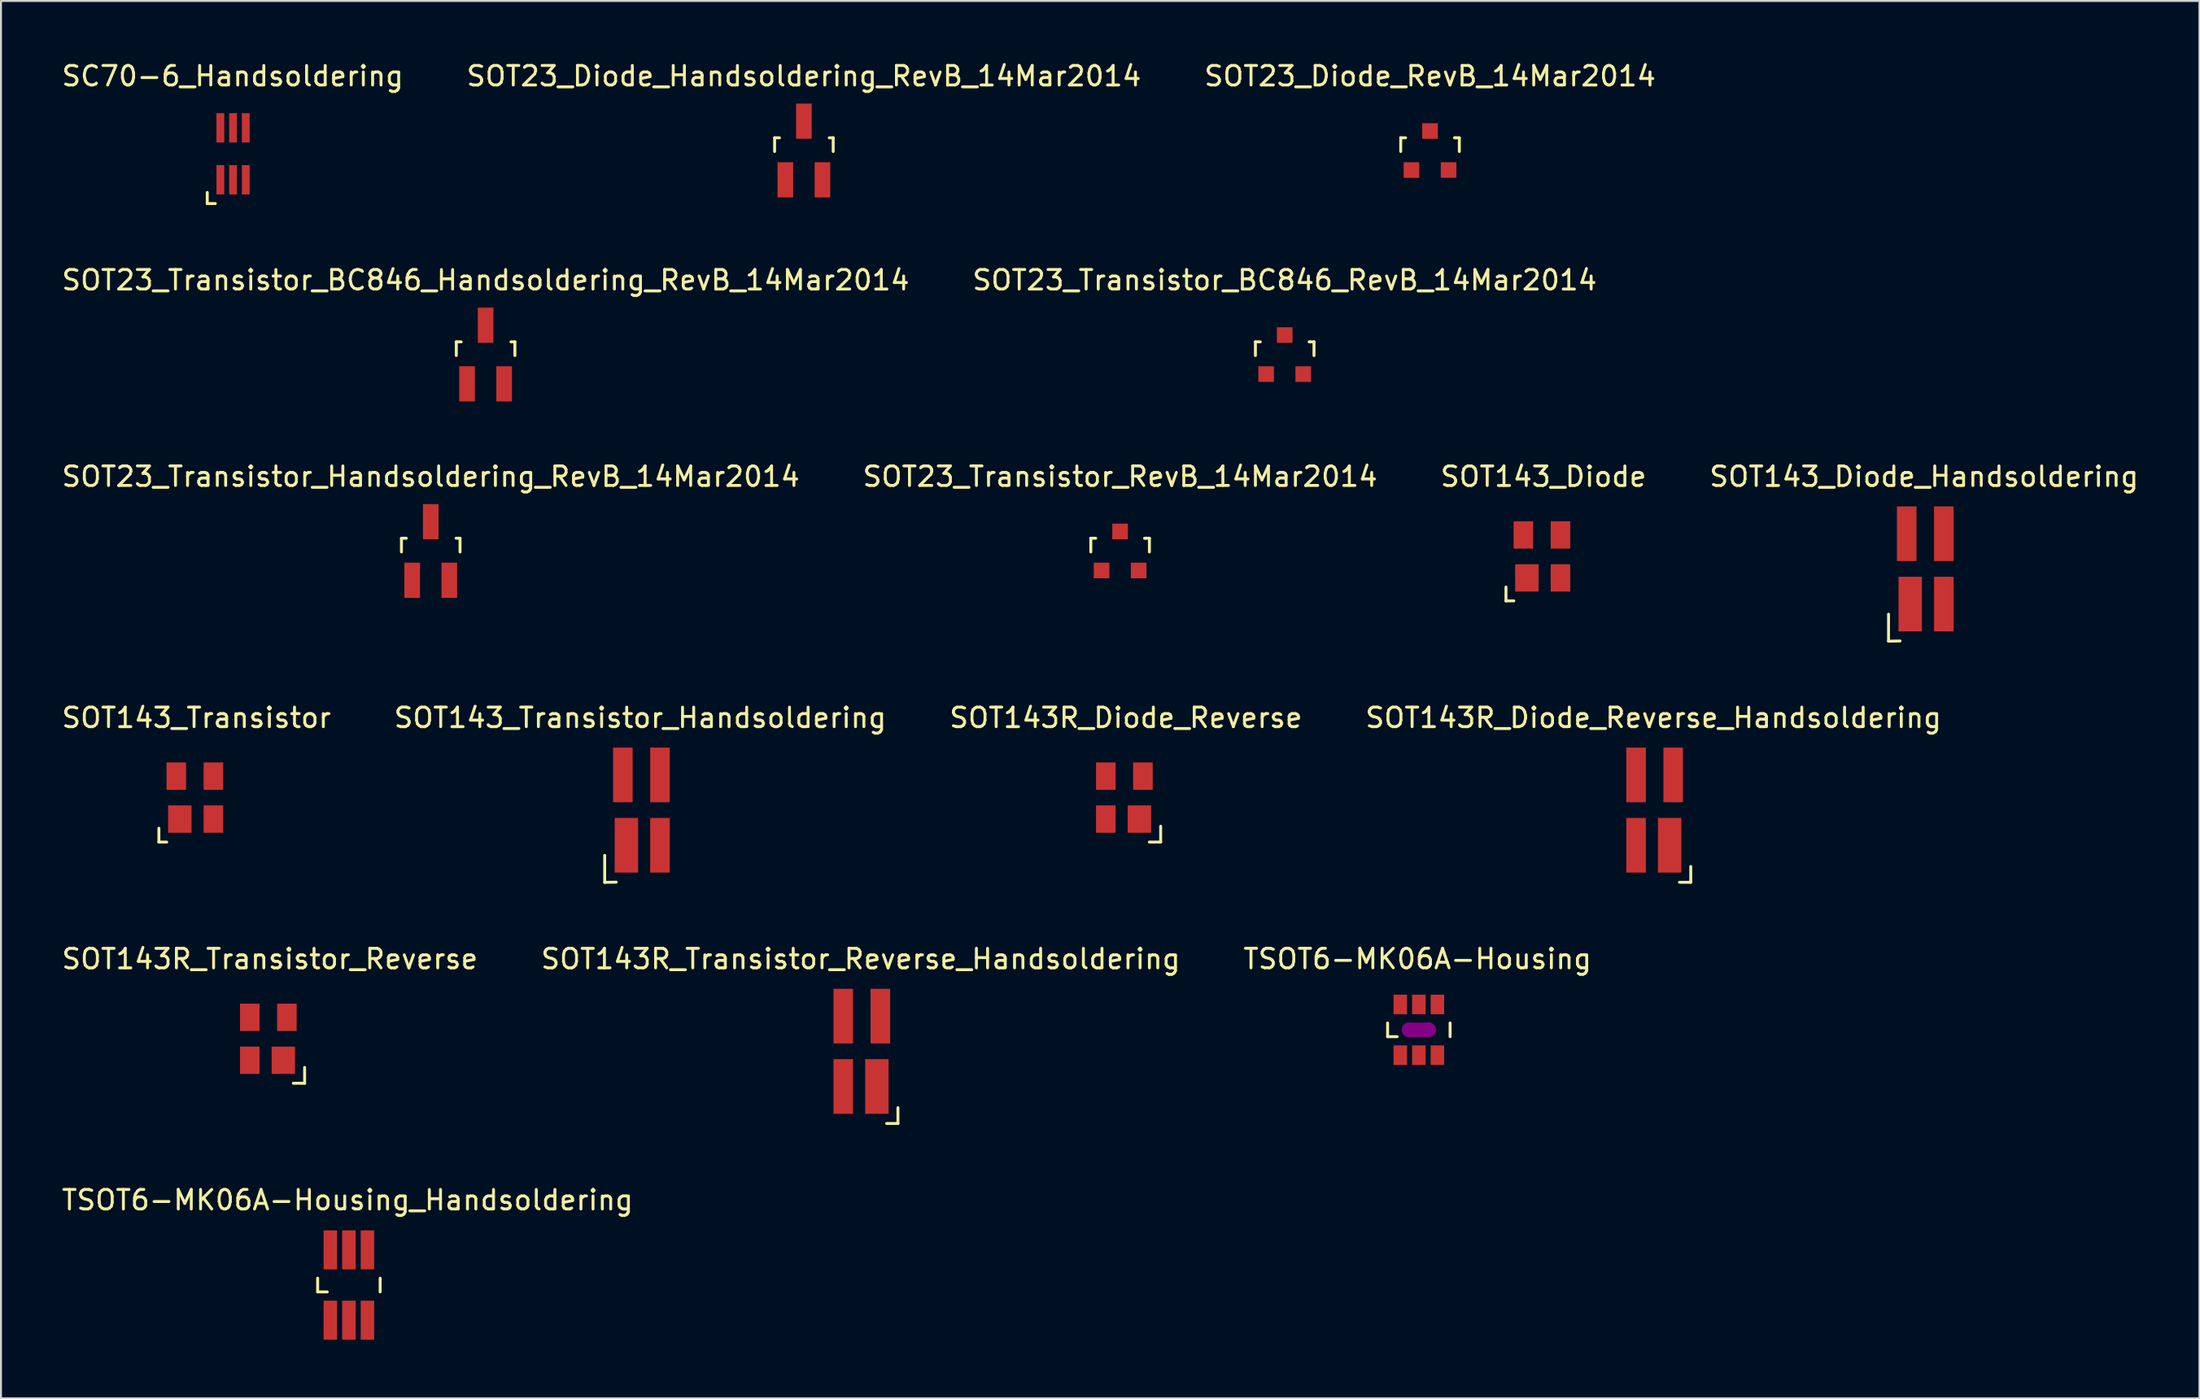
<source format=kicad_pcb>
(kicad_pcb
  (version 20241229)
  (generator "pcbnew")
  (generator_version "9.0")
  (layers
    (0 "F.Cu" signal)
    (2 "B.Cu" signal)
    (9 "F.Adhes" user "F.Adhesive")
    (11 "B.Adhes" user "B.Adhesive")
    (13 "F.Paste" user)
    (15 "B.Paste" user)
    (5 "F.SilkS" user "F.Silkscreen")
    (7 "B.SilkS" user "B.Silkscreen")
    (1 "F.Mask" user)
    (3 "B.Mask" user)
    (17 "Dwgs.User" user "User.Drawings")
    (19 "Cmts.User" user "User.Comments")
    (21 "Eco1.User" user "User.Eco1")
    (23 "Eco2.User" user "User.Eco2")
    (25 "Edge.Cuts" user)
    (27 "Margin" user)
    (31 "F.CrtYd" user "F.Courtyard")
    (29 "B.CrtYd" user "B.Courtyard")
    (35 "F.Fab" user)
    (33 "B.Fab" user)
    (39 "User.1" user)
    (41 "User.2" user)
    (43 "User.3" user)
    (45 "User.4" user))
  (footprint "SOT143_Diode_Handsoldering"
    (layer "F.Cu")
    (at 95.531 26.089)
    (property "Reference" "SOT143_Diode_Handsoldering" (at -0.061 -4.729 0) (layer "F.SilkS") (effects (font (size 1 1) (thickness 0.15))))
    (attr smd)
    (fp_line (start -1.88 2.319) (end -1.88 3.701) (stroke (width 0.15) (type solid)) (layer "F.SilkS"))
    (fp_line (start -1.88 3.701) (end -1.29 3.691) (stroke (width 0.15) (type solid)) (layer "F.SilkS"))
    (pad "1" smd rect (at -0.77 1.801) (size 1.199 2.799) (layers "F.Cu" "F.Mask" "F.Paste"))
    (pad "2" smd rect (at 0.95 1.801) (size 1.001 2.799) (layers "F.Cu" "F.Mask" "F.Paste"))
    (pad "3" smd rect (at 0.95 -1.801) (size 1.001 2.799) (layers "F.Cu" "F.Mask" "F.Paste"))
    (pad "4" smd trapezoid (at -0.95 -1.801) (size 1.001 2.799) (layers "F.Cu" "F.Mask" "F.Paste")))
  (footprint "SOT23_Transistor_RevB_14Mar2014"
    (layer "F.Cu")
    (at 54.304 25.169)
    (property "Reference" "SOT23_Transistor_RevB_14Mar2014" (at 0 -3.81 0) (layer "F.SilkS") (effects (font (size 1 1) (thickness 0.15))))
    (attr smd)
    (fp_line (start -1.5 -0.65) (end -1.251 -0.65) (stroke (width 0.15) (type solid)) (layer "F.SilkS"))
    (fp_line (start -1.5 0.051) (end -1.5 -0.65) (stroke (width 0.15) (type solid)) (layer "F.SilkS"))
    (fp_line (start 1.299 -0.65) (end 1.251 -0.65) (stroke (width 0.15) (type solid)) (layer "F.SilkS"))
    (fp_line (start 1.299 -0.65) (end 1.5 -0.65) (stroke (width 0.15) (type solid)) (layer "F.SilkS"))
    (fp_line (start 1.5 -0.65) (end 1.5 0.051) (stroke (width 0.15) (type solid)) (layer "F.SilkS"))
    (pad "1" smd rect (at -0.95 1.001) (size 0.8 0.8) (layers "F.Cu" "F.Mask" "F.Paste"))
    (pad "2" smd rect (at 0.95 1.001) (size 0.8 0.8) (layers "F.Cu" "F.Mask" "F.Paste"))
    (pad "3" smd rect (at 0 -0.998) (size 0.8 0.8) (layers "F.Cu" "F.Mask" "F.Paste")))
  (footprint "SOT143_Transistor"
    (layer "F.Cu")
    (at 6.927 37.802)
    (property "Reference" "SOT143_Transistor" (at 0.079 -4.089 0) (layer "F.SilkS") (effects (font (size 1 1) (thickness 0.15))))
    (attr smd)
    (fp_line (start -1.841 1.57) (end -1.841 2.278) (stroke (width 0.15) (type solid)) (layer "F.SilkS"))
    (fp_line (start -1.841 2.278) (end -1.44 2.278) (stroke (width 0.15) (type solid)) (layer "F.SilkS"))
    (pad "1" smd rect (at -0.77 1.1) (size 1.199 1.4) (layers "F.Cu" "F.Mask" "F.Paste"))
    (pad "2" smd rect (at 0.95 1.1) (size 1.001 1.4) (layers "F.Cu" "F.Mask" "F.Paste"))
    (pad "3" smd rect (at 0.95 -1.1) (size 1.001 1.4) (layers "F.Cu" "F.Mask" "F.Paste"))
    (pad "4" smd rect (at -0.95 -1.1) (size 1.001 1.4) (layers "F.Cu" "F.Mask" "F.Paste")))
  (footprint "SC70-6_Handsoldering"
    (layer "F.Cu")
    (at 8.883 4.828)
    (property "Reference" "SC70-6_Handsoldering" (at -0.02 -3.98 0) (layer "F.SilkS") (effects (font (size 1 1) (thickness 0.15))))
    (attr smd)
    (fp_line (start -1.321 1.979) (end -1.321 2.548) (stroke (width 0.15) (type solid)) (layer "F.SilkS"))
    (fp_line (start -1.321 2.548) (end -0.909 2.548) (stroke (width 0.15) (type solid)) (layer "F.SilkS"))
    (pad "1" smd rect (at -0.65 1.331) (size 0.399 1.501) (layers "F.Cu" "F.Mask" "F.Paste"))
    (pad "2" smd rect (at 0 1.331) (size 0.399 1.501) (layers "F.Cu" "F.Mask" "F.Paste"))
    (pad "3" smd rect (at 0.65 1.331) (size 0.399 1.501) (layers "F.Cu" "F.Mask" "F.Paste"))
    (pad "4" smd rect (at 0.65 -1.331) (size 0.399 1.501) (layers "F.Cu" "F.Mask" "F.Paste"))
    (pad "5" smd rect (at 0 -1.331) (size 0.399 1.501) (layers "F.Cu" "F.Mask" "F.Paste"))
    (pad "6" smd rect (at -0.65 -1.331) (size 0.399 1.501) (layers "F.Cu" "F.Mask" "F.Paste")))
  (footprint "SOT23_Transistor_BC846_RevB_14Mar2014"
    (layer "F.Cu")
    (at 62.732 15.109)
    (property "Reference" "SOT23_Transistor_BC846_RevB_14Mar2014" (at 0 -3.81 0) (layer "F.SilkS") (effects (font (size 1 1) (thickness 0.15))))
    (attr smd)
    (fp_line (start -1.5 -0.65) (end -1.251 -0.65) (stroke (width 0.15) (type solid)) (layer "F.SilkS"))
    (fp_line (start -1.5 0.051) (end -1.5 -0.65) (stroke (width 0.15) (type solid)) (layer "F.SilkS"))
    (fp_line (start 1.299 -0.65) (end 1.251 -0.65) (stroke (width 0.15) (type solid)) (layer "F.SilkS"))
    (fp_line (start 1.299 -0.65) (end 1.5 -0.65) (stroke (width 0.15) (type solid)) (layer "F.SilkS"))
    (fp_line (start 1.5 -0.65) (end 1.5 0.051) (stroke (width 0.15) (type solid)) (layer "F.SilkS"))
    (pad "B" smd rect (at -0.95 1.001) (size 0.8 0.8) (layers "F.Cu" "F.Mask" "F.Paste"))
    (pad "C" smd rect (at 0 -0.998) (size 0.8 0.8) (layers "F.Cu" "F.Mask" "F.Paste"))
    (pad "E" smd rect (at 0.95 1.001) (size 0.8 0.8) (layers "F.Cu" "F.Mask" "F.Paste")))
  (footprint "SOT143_Transistor_Handsoldering"
    (layer "F.Cu")
    (at 29.793 38.442)
    (property "Reference" "SOT143_Transistor_Handsoldering" (at -0.061 -4.729 0) (layer "F.SilkS") (effects (font (size 1 1) (thickness 0.15))))
    (attr smd)
    (fp_line (start -1.88 2.319) (end -1.88 3.701) (stroke (width 0.15) (type solid)) (layer "F.SilkS"))
    (fp_line (start -1.88 3.701) (end -1.29 3.691) (stroke (width 0.15) (type solid)) (layer "F.SilkS"))
    (pad "1" smd rect (at -0.77 1.801) (size 1.199 2.799) (layers "F.Cu" "F.Mask" "F.Paste"))
    (pad "2" smd rect (at 0.95 1.801) (size 1.001 2.799) (layers "F.Cu" "F.Mask" "F.Paste"))
    (pad "3" smd rect (at 0.95 -1.801) (size 1.001 2.799) (layers "F.Cu" "F.Mask" "F.Paste"))
    (pad "4" smd trapezoid (at -0.95 -1.801) (size 1.001 2.799) (layers "F.Cu" "F.Mask" "F.Paste")))
  (footprint "TSOT6-MK06A-Housing"
    (layer "F.Cu")
    (at 69.601 49.696)
    (property "Reference" "TSOT6-MK06A-Housing" (at -0.071 -3.63 0) (layer "F.SilkS") (effects (font (size 1 1) (thickness 0.15))))
    (attr smd)
    (fp_line (start -1.6 -0.351) (end -1.6 0.351) (stroke (width 0.15) (type solid)) (layer "F.SilkS"))
    (fp_line (start -1.6 0.351) (end -1.11 0.351) (stroke (width 0.15) (type solid)) (layer "F.SilkS"))
    (fp_line (start 1.6 -0.351) (end 1.6 0.351) (stroke (width 0.15) (type solid)) (layer "F.SilkS"))
    (fp_line (start -0.5 0.18) (end 0.5 0.18) (stroke (width 0.381) (type solid)) (layer "F.Adhes"))
    (fp_line (start 0.5 -0.18) (end -0.5 -0.18) (stroke (width 0.381) (type solid)) (layer "F.Adhes"))
    (fp_circle (center -0.5 0) (end -0.691 0) (stroke (width 0.381) (type solid)) (fill no) (layer "F.Adhes"))
    (fp_circle (center 0.5 0) (end 0.691 0) (stroke (width 0.381) (type solid)) (fill no) (layer "F.Adhes"))
    (pad "1" smd rect (at -0.95 1.3) (size 0.691 1.001) (layers "F.Cu" "F.Mask" "F.Paste"))
    (pad "2" smd rect (at 0 1.3) (size 0.691 1.001) (layers "F.Cu" "F.Mask" "F.Paste"))
    (pad "3" smd rect (at 0.95 1.3) (size 0.691 1.001) (layers "F.Cu" "F.Mask" "F.Paste"))
    (pad "4" smd rect (at 0.95 -1.3) (size 0.691 1.001) (layers "F.Cu" "F.Mask" "F.Paste"))
    (pad "5" smd rect (at 0 -1.3) (size 0.691 1.001) (layers "F.Cu" "F.Mask" "F.Paste"))
    (pad "6" smd rect (at -0.95 -1.3) (size 0.691 1.001) (layers "F.Cu" "F.Mask" "F.Paste")))
  (footprint "SOT143R_Transistor_Reverse"
    (layer "F.Cu")
    (at 10.689 50.156)
    (property "Reference" "SOT143R_Transistor_Reverse" (at 0.079 -4.089 0) (layer "F.SilkS") (effects (font (size 1 1) (thickness 0.15))))
    (attr smd)
    (fp_line (start 1.859 1.468) (end 1.859 2.278) (stroke (width 0.15) (type solid)) (layer "F.SilkS"))
    (fp_line (start 1.859 2.278) (end 1.28 2.278) (stroke (width 0.15) (type solid)) (layer "F.SilkS"))
    (pad "1" smd rect (at 0.77 1.1) (size 1.199 1.4) (layers "F.Cu" "F.Mask" "F.Paste"))
    (pad "2" smd rect (at -0.95 1.1) (size 1.001 1.4) (layers "F.Cu" "F.Mask" "F.Paste"))
    (pad "3" smd rect (at -0.95 -1.1) (size 1.001 1.4) (layers "F.Cu" "F.Mask" "F.Paste"))
    (pad "4" smd rect (at 0.95 -1.1) (size 1.001 1.4) (layers "F.Cu" "F.Mask" "F.Paste")))
  (footprint "SOT143R_Diode_Reverse_Handsoldering"
    (layer "F.Cu")
    (at 81.674 38.442)
    (property "Reference" "SOT143R_Diode_Reverse_Handsoldering" (at -0.061 -4.729 0) (layer "F.SilkS") (effects (font (size 1 1) (thickness 0.15))))
    (attr smd)
    (fp_line (start 1.849 2.888) (end 1.849 3.698) (stroke (width 0.15) (type solid)) (layer "F.SilkS"))
    (fp_line (start 1.849 3.698) (end 1.27 3.698) (stroke (width 0.15) (type solid)) (layer "F.SilkS"))
    (pad "1" smd rect (at 0.77 1.801) (size 1.199 2.799) (layers "F.Cu" "F.Mask" "F.Paste"))
    (pad "2" smd rect (at -0.95 1.801) (size 1.001 2.799) (layers "F.Cu" "F.Mask" "F.Paste"))
    (pad "3" smd trapezoid (at -0.95 -1.801) (size 1.001 2.799) (layers "F.Cu" "F.Mask" "F.Paste"))
    (pad "4" smd rect (at 0.95 -1.801) (size 1.001 2.799) (layers "F.Cu" "F.Mask" "F.Paste")))
  (footprint "SOT23_Diode_RevB_14Mar2014"
    (layer "F.Cu")
    (at 70.173 4.658)
    (property "Reference" "SOT23_Diode_RevB_14Mar2014" (at 0 -3.81 0) (layer "F.SilkS") (effects (font (size 1 1) (thickness 0.15))))
    (attr smd)
    (fp_line (start -1.5 -0.65) (end -1.251 -0.65) (stroke (width 0.15) (type solid)) (layer "F.SilkS"))
    (fp_line (start -1.5 0.051) (end -1.5 -0.65) (stroke (width 0.15) (type solid)) (layer "F.SilkS"))
    (fp_line (start 1.299 -0.65) (end 1.251 -0.65) (stroke (width 0.15) (type solid)) (layer "F.SilkS"))
    (fp_line (start 1.299 -0.65) (end 1.5 -0.65) (stroke (width 0.15) (type solid)) (layer "F.SilkS"))
    (fp_line (start 1.5 -0.65) (end 1.5 0.051) (stroke (width 0.15) (type solid)) (layer "F.SilkS"))
    (pad "1" smd rect (at -0.95 1.001) (size 0.8 0.8) (layers "F.Cu" "F.Mask" "F.Paste"))
    (pad "2" smd rect (at 0.95 1.001) (size 0.8 0.8) (layers "F.Cu" "F.Mask" "F.Paste"))
    (pad "3" smd rect (at 0 -0.998) (size 0.8 0.8) (layers "F.Cu" "F.Mask" "F.Paste")))
  (footprint "SOT143R_Diode_Reverse"
    (layer "F.Cu")
    (at 54.522 37.802)
    (property "Reference" "SOT143R_Diode_Reverse" (at 0.079 -4.089 0) (layer "F.SilkS") (effects (font (size 1 1) (thickness 0.15))))
    (attr smd)
    (fp_line (start 1.859 1.468) (end 1.859 2.278) (stroke (width 0.15) (type solid)) (layer "F.SilkS"))
    (fp_line (start 1.859 2.278) (end 1.28 2.278) (stroke (width 0.15) (type solid)) (layer "F.SilkS"))
    (pad "1" smd rect (at 0.77 1.1) (size 1.199 1.4) (layers "F.Cu" "F.Mask" "F.Paste"))
    (pad "2" smd rect (at -0.95 1.1) (size 1.001 1.4) (layers "F.Cu" "F.Mask" "F.Paste"))
    (pad "3" smd rect (at -0.95 -1.1) (size 1.001 1.4) (layers "F.Cu" "F.Mask" "F.Paste"))
    (pad "4" smd rect (at 0.95 -1.1) (size 1.001 1.4) (layers "F.Cu" "F.Mask" "F.Paste")))
  (footprint "SOT23_Transistor_Handsoldering_RevB_14Mar2014"
    (layer "F.Cu")
    (at 19.006 25.169)
    (property "Reference" "SOT23_Transistor_Handsoldering_RevB_14Mar2014" (at 0 -3.81 0) (layer "F.SilkS") (effects (font (size 1 1) (thickness 0.15))))
    (attr smd)
    (fp_line (start -1.5 -0.65) (end -1.251 -0.65) (stroke (width 0.15) (type solid)) (layer "F.SilkS"))
    (fp_line (start -1.5 0.051) (end -1.5 -0.65) (stroke (width 0.15) (type solid)) (layer "F.SilkS"))
    (fp_line (start 1.299 -0.65) (end 1.5 -0.65) (stroke (width 0.15) (type solid)) (layer "F.SilkS"))
    (fp_line (start 1.5 -0.65) (end 1.5 0.051) (stroke (width 0.15) (type solid)) (layer "F.SilkS"))
    (pad "1" smd rect (at -0.95 1.501) (size 0.8 1.801) (layers "F.Cu" "F.Mask" "F.Paste"))
    (pad "2" smd rect (at 0.95 1.501) (size 0.8 1.801) (layers "F.Cu" "F.Mask" "F.Paste"))
    (pad "3" smd rect (at 0 -1.501) (size 0.8 1.801) (layers "F.Cu" "F.Mask" "F.Paste")))
  (footprint "SOT23_Diode_Handsoldering_RevB_14Mar2014"
    (layer "F.Cu")
    (at 38.113 4.658)
    (property "Reference" "SOT23_Diode_Handsoldering_RevB_14Mar2014" (at 0 -3.81 0) (layer "F.SilkS") (effects (font (size 1 1) (thickness 0.15))))
    (attr smd)
    (fp_line (start -1.5 -0.65) (end -1.251 -0.65) (stroke (width 0.15) (type solid)) (layer "F.SilkS"))
    (fp_line (start -1.5 0.051) (end -1.5 -0.65) (stroke (width 0.15) (type solid)) (layer "F.SilkS"))
    (fp_line (start 1.299 -0.65) (end 1.5 -0.65) (stroke (width 0.15) (type solid)) (layer "F.SilkS"))
    (fp_line (start 1.5 -0.65) (end 1.5 0.051) (stroke (width 0.15) (type solid)) (layer "F.SilkS"))
    (pad "1" smd rect (at -0.95 1.501) (size 0.8 1.801) (layers "F.Cu" "F.Mask" "F.Paste"))
    (pad "2" smd rect (at 0.95 1.501) (size 0.8 1.801) (layers "F.Cu" "F.Mask" "F.Paste"))
    (pad "3" smd rect (at 0 -1.501) (size 0.8 1.801) (layers "F.Cu" "F.Mask" "F.Paste")))
  (footprint "SOT143_Diode"
    (layer "F.Cu")
    (at 75.903 25.449)
    (property "Reference" "SOT143_Diode" (at 0.079 -4.089 0) (layer "F.SilkS") (effects (font (size 1 1) (thickness 0.15))))
    (attr smd)
    (fp_line (start -1.841 1.57) (end -1.841 2.278) (stroke (width 0.15) (type solid)) (layer "F.SilkS"))
    (fp_line (start -1.841 2.278) (end -1.44 2.278) (stroke (width 0.15) (type solid)) (layer "F.SilkS"))
    (pad "1" smd rect (at -0.77 1.1) (size 1.199 1.4) (layers "F.Cu" "F.Mask" "F.Paste"))
    (pad "2" smd rect (at 0.95 1.1) (size 1.001 1.4) (layers "F.Cu" "F.Mask" "F.Paste"))
    (pad "3" smd rect (at 0.95 -1.1) (size 1.001 1.4) (layers "F.Cu" "F.Mask" "F.Paste"))
    (pad "4" smd rect (at -0.95 -1.1) (size 1.001 1.4) (layers "F.Cu" "F.Mask" "F.Paste")))
  (footprint "SOT23_Transistor_BC846_Handsoldering_RevB_14Mar2014"
    (layer "F.Cu")
    (at 21.815 15.109)
    (property "Reference" "SOT23_Transistor_BC846_Handsoldering_RevB_14Mar2014" (at 0 -3.81 0) (layer "F.SilkS") (effects (font (size 1 1) (thickness 0.15))))
    (attr smd)
    (fp_line (start -1.5 -0.65) (end -1.251 -0.65) (stroke (width 0.15) (type solid)) (layer "F.SilkS"))
    (fp_line (start -1.5 0.051) (end -1.5 -0.65) (stroke (width 0.15) (type solid)) (layer "F.SilkS"))
    (fp_line (start 1.299 -0.65) (end 1.5 -0.65) (stroke (width 0.15) (type solid)) (layer "F.SilkS"))
    (fp_line (start 1.5 -0.65) (end 1.5 0.051) (stroke (width 0.15) (type solid)) (layer "F.SilkS"))
    (pad "B" smd rect (at -0.95 1.501) (size 0.8 1.801) (layers "F.Cu" "F.Mask" "F.Paste"))
    (pad "C" smd rect (at 0 -1.501) (size 0.8 1.801) (layers "F.Cu" "F.Mask" "F.Paste"))
    (pad "E" smd rect (at 0.95 1.501) (size 0.8 1.801) (layers "F.Cu" "F.Mask" "F.Paste")))
  (footprint "SOT143R_Transistor_Reverse_Handsoldering"
    (layer "F.Cu")
    (at 41.079 50.796)
    (property "Reference" "SOT143R_Transistor_Reverse_Handsoldering" (at -0.061 -4.729 0) (layer "F.SilkS") (effects (font (size 1 1) (thickness 0.15))))
    (attr smd)
    (fp_line (start 1.849 2.888) (end 1.849 3.698) (stroke (width 0.15) (type solid)) (layer "F.SilkS"))
    (fp_line (start 1.849 3.698) (end 1.27 3.698) (stroke (width 0.15) (type solid)) (layer "F.SilkS"))
    (pad "1" smd rect (at 0.77 1.801) (size 1.199 2.799) (layers "F.Cu" "F.Mask" "F.Paste"))
    (pad "2" smd rect (at -0.95 1.801) (size 1.001 2.799) (layers "F.Cu" "F.Mask" "F.Paste"))
    (pad "3" smd trapezoid (at -0.95 -1.801) (size 1.001 2.799) (layers "F.Cu" "F.Mask" "F.Paste"))
    (pad "4" smd rect (at 0.95 -1.801) (size 1.001 2.799) (layers "F.Cu" "F.Mask" "F.Paste")))
  (footprint "TSOT6-MK06A-Housing_Handsoldering"
    (layer "F.Cu")
    (at 14.815 62.768)
    (property "Reference" "TSOT6-MK06A-Housing_Handsoldering" (at -0.071 -4.351 0) (layer "F.SilkS") (effects (font (size 1 1) (thickness 0.15))))
    (attr smd)
    (fp_line (start -1.6 -0.351) (end -1.6 0.351) (stroke (width 0.15) (type solid)) (layer "F.SilkS"))
    (fp_line (start -1.6 0.351) (end -1.11 0.351) (stroke (width 0.15) (type solid)) (layer "F.SilkS"))
    (fp_line (start 1.6 -0.351) (end 1.6 0.351) (stroke (width 0.15) (type solid)) (layer "F.SilkS"))
    (pad "1" smd rect (at -0.95 1.801) (size 0.691 1.999) (layers "F.Cu" "F.Mask" "F.Paste"))
    (pad "2" smd rect (at 0 1.801) (size 0.691 1.999) (layers "F.Cu" "F.Mask" "F.Paste"))
    (pad "3" smd rect (at 0.95 1.801) (size 0.691 1.999) (layers "F.Cu" "F.Mask" "F.Paste"))
    (pad "4" smd rect (at 0.95 -1.801) (size 0.691 1.999) (layers "F.Cu" "F.Mask" "F.Paste"))
    (pad "5" smd rect (at 0 -1.801) (size 0.691 1.999) (layers "F.Cu" "F.Mask" "F.Paste"))
    (pad "6" smd rect (at -0.95 -1.801) (size 0.691 1.999) (layers "F.Cu" "F.Mask" "F.Paste")))
  (gr_rect
    (start -3 -3)
    (end 109.571 68.568)
    (stroke (width 0.1) (type default))
    (fill no)
    (layer "Edge.Cuts")))
</source>
